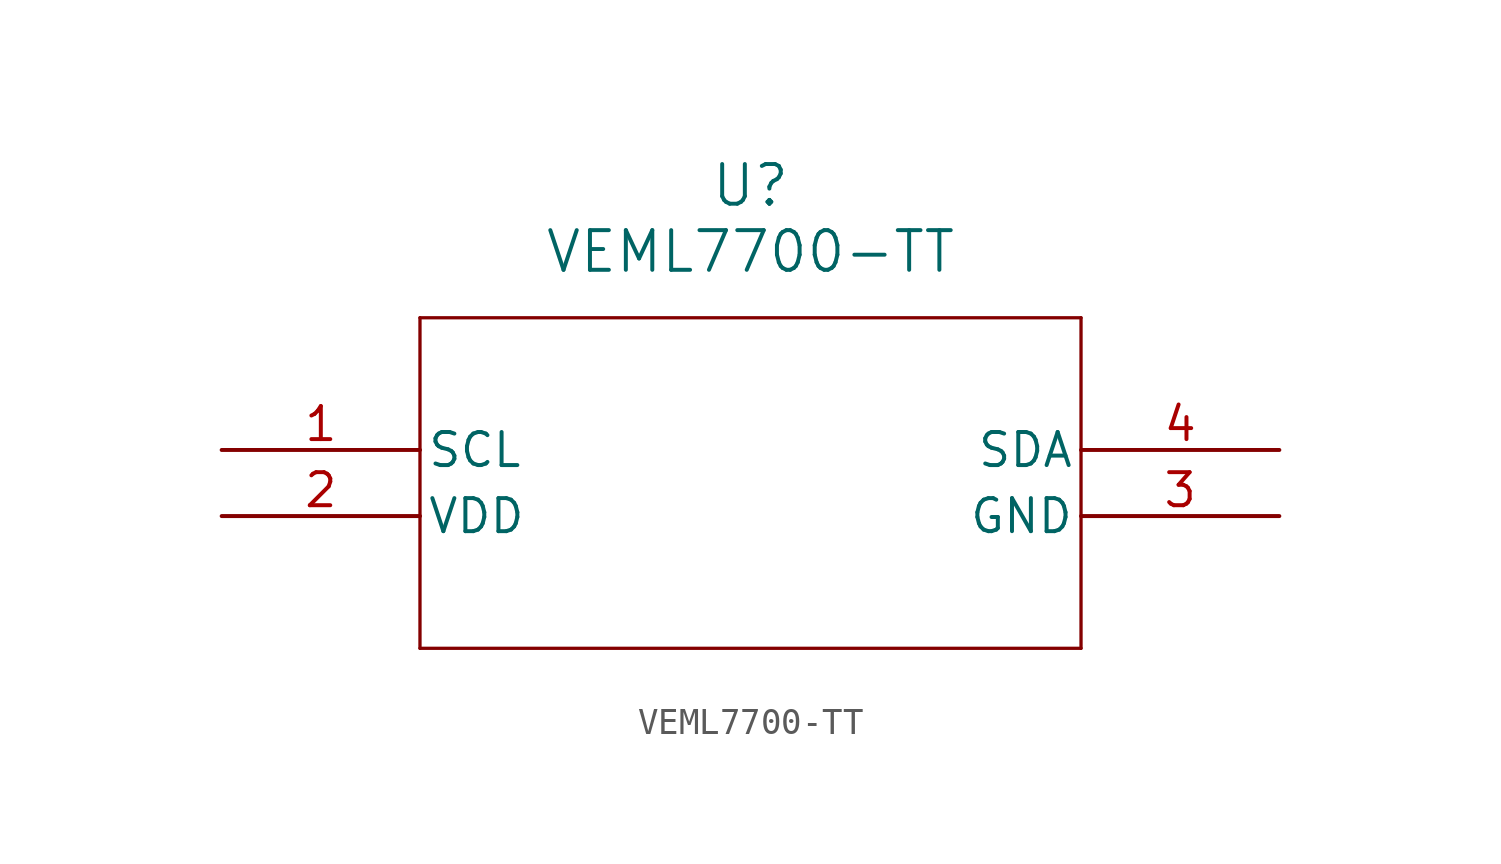
<source format=kicad_sym>
(kicad_symbol_lib
  (version 20220914)
  (generator kicad_symbol_editor)
  (symbol "VEML7700-TT"
    (pin_names
      (offset 0.254))
    (property "Reference" "U"
      (at 20.32 10.16 0)
      (effects (font (size 1.524 1.524))))
    (property "Value" "VEML7700-TT"
      (at 20.32 7.62 0)
      (effects (font (size 1.524 1.524))))
    (property "ki_locked" ""
      (at 0 0 0)
      (effects (font (size 1.27 1.27))))
    (symbol "VEML7700-TT_0_1"
      (polyline (pts (xy 7.62 -7.62) (xy 33.02 -7.62)) (stroke (width 0.127) (type default)) (fill (type none)))
      (polyline (pts (xy 7.62 5.08) (xy 7.62 -7.62)) (stroke (width 0.127) (type default)) (fill (type none)))
      (polyline (pts (xy 33.02 -7.62) (xy 33.02 5.08)) (stroke (width 0.127) (type default)) (fill (type none)))
      (polyline (pts (xy 33.02 5.08) (xy 7.62 5.08)) (stroke (width 0.127) (type default)) (fill (type none))))
    (symbol "VEML7700-TT_1_1"
      (pin unspecified line (at 0 0 0) (length 7.62) (name "SCL" (effects (font (size 1.27 1.27)))) (number "1" (effects (font (size 1.27 1.27)))))
      (pin unspecified line (at 0 -2.54 0) (length 7.62) (name "VDD" (effects (font (size 1.27 1.27)))) (number "2" (effects (font (size 1.27 1.27)))))
      (pin unspecified line (at 40.64 -2.54 180) (length 7.62) (name "GND" (effects (font (size 1.27 1.27)))) (number "3" (effects (font (size 1.27 1.27)))))
      (pin unspecified line (at 40.64 0 180) (length 7.62) (name "SDA" (effects (font (size 1.27 1.27)))) (number "4" (effects (font (size 1.27 1.27))))))))
</source>
